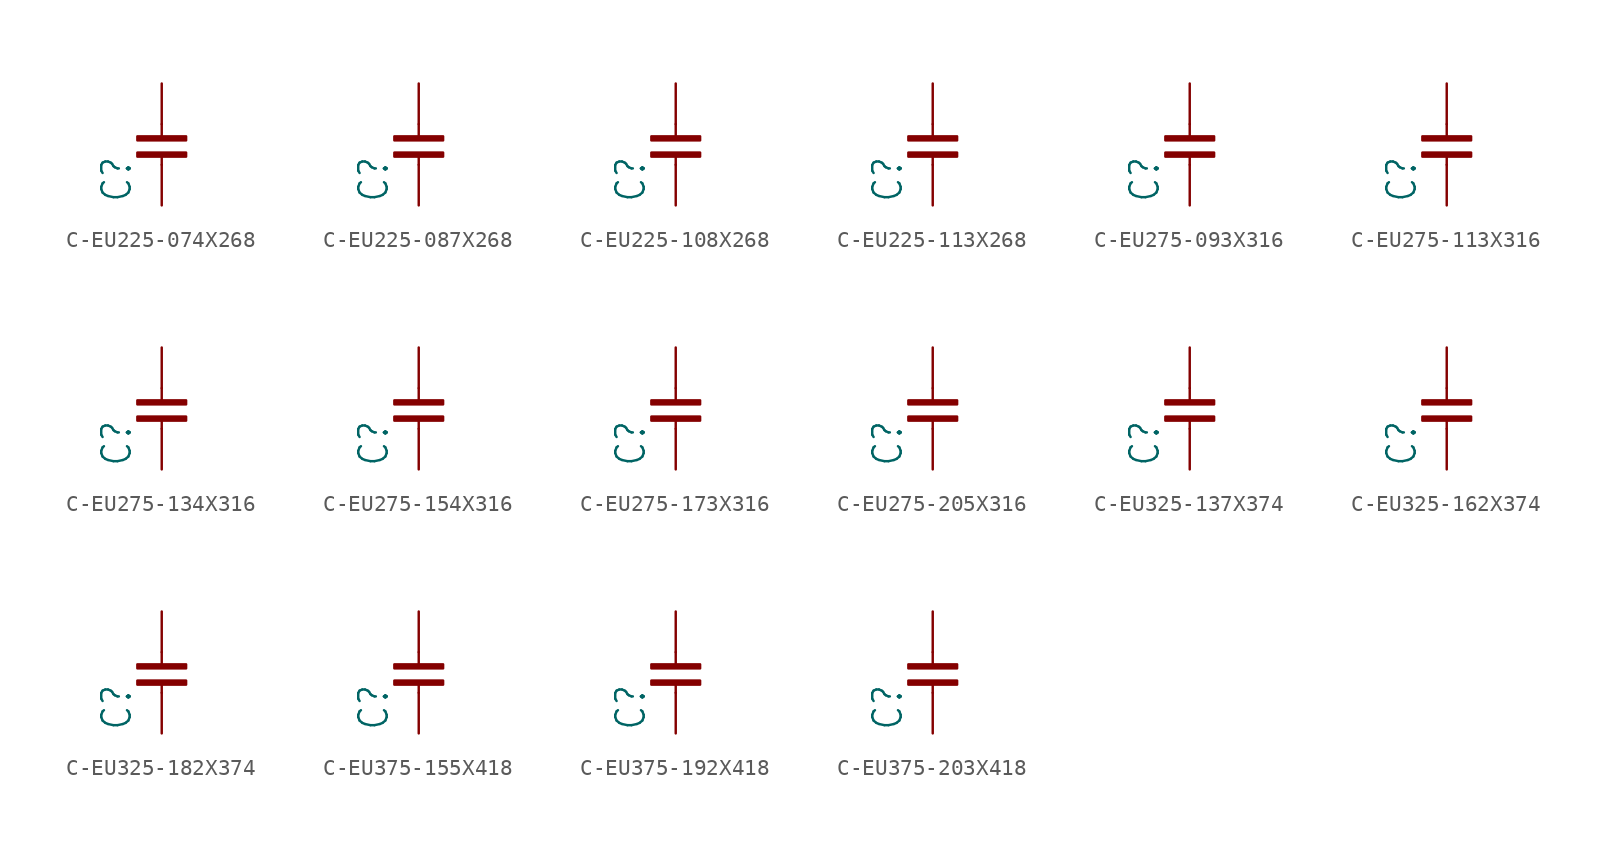
<source format=kicad_sym>
(kicad_symbol_lib
  (version 20220914)
  (generator kicad_symbol_editor)
  (symbol "C-EU225-074X268"
    (property "Reference" "C"
      (at -1.778 -4.953 90)
      (effects (font (size 1.778 1.511)) (justify left bottom)))
    (property "Value" ""
      (at 3.81 -5.207 90)
      (effects (font (size 1.778 1.511)) (justify left bottom)))
    (property "ki_locked" ""
      (at 0 0 0)
      (effects (font (size 1.27 1.27))))
    (symbol "C-EU225-074X268_1_0"
      (rectangle (start -1.524 -2.032) (end 1.524 -1.778) (stroke (width 0) (type default)) (fill (type outline)))
      (rectangle (start -1.524 -1.016) (end 1.524 -0.762) (stroke (width 0) (type default)) (fill (type outline)))
      (polyline (pts (xy 0 -2.54) (xy 0 -2.032)) (stroke (width 0.152) (type solid)) (fill (type none)))
      (polyline (pts (xy 0 0) (xy 0 -0.762)) (stroke (width 0.152) (type solid)) (fill (type none)))
      (pin passive line (at 0 2.54 270) (length 2.54) (name "1" (effects (font (size 0 0)))) (number "1" (effects (font (size 0 0)))))
      (pin passive line (at 0 -5.08 90) (length 2.54) (name "2" (effects (font (size 0 0)))) (number "2" (effects (font (size 0 0)))))))
  (symbol "C-EU225-087X268"
    (property "Reference" "C"
      (at -1.778 -4.953 90)
      (effects (font (size 1.778 1.511)) (justify left bottom)))
    (property "Value" ""
      (at 3.81 -5.207 90)
      (effects (font (size 1.778 1.511)) (justify left bottom)))
    (property "ki_locked" ""
      (at 0 0 0)
      (effects (font (size 1.27 1.27))))
    (symbol "C-EU225-087X268_1_0"
      (rectangle (start -1.524 -2.032) (end 1.524 -1.778) (stroke (width 0) (type default)) (fill (type outline)))
      (rectangle (start -1.524 -1.016) (end 1.524 -0.762) (stroke (width 0) (type default)) (fill (type outline)))
      (polyline (pts (xy 0 -2.54) (xy 0 -2.032)) (stroke (width 0.152) (type solid)) (fill (type none)))
      (polyline (pts (xy 0 0) (xy 0 -0.762)) (stroke (width 0.152) (type solid)) (fill (type none)))
      (pin passive line (at 0 2.54 270) (length 2.54) (name "1" (effects (font (size 0 0)))) (number "1" (effects (font (size 0 0)))))
      (pin passive line (at 0 -5.08 90) (length 2.54) (name "2" (effects (font (size 0 0)))) (number "2" (effects (font (size 0 0)))))))
  (symbol "C-EU225-108X268"
    (property "Reference" "C"
      (at -1.778 -4.953 90)
      (effects (font (size 1.778 1.511)) (justify left bottom)))
    (property "Value" ""
      (at 3.81 -5.207 90)
      (effects (font (size 1.778 1.511)) (justify left bottom)))
    (property "ki_locked" ""
      (at 0 0 0)
      (effects (font (size 1.27 1.27))))
    (symbol "C-EU225-108X268_1_0"
      (rectangle (start -1.524 -2.032) (end 1.524 -1.778) (stroke (width 0) (type default)) (fill (type outline)))
      (rectangle (start -1.524 -1.016) (end 1.524 -0.762) (stroke (width 0) (type default)) (fill (type outline)))
      (polyline (pts (xy 0 -2.54) (xy 0 -2.032)) (stroke (width 0.152) (type solid)) (fill (type none)))
      (polyline (pts (xy 0 0) (xy 0 -0.762)) (stroke (width 0.152) (type solid)) (fill (type none)))
      (pin passive line (at 0 2.54 270) (length 2.54) (name "1" (effects (font (size 0 0)))) (number "1" (effects (font (size 0 0)))))
      (pin passive line (at 0 -5.08 90) (length 2.54) (name "2" (effects (font (size 0 0)))) (number "2" (effects (font (size 0 0)))))))
  (symbol "C-EU225-113X268"
    (property "Reference" "C"
      (at -1.778 -4.953 90)
      (effects (font (size 1.778 1.511)) (justify left bottom)))
    (property "Value" ""
      (at 3.81 -5.207 90)
      (effects (font (size 1.778 1.511)) (justify left bottom)))
    (property "ki_locked" ""
      (at 0 0 0)
      (effects (font (size 1.27 1.27))))
    (symbol "C-EU225-113X268_1_0"
      (rectangle (start -1.524 -2.032) (end 1.524 -1.778) (stroke (width 0) (type default)) (fill (type outline)))
      (rectangle (start -1.524 -1.016) (end 1.524 -0.762) (stroke (width 0) (type default)) (fill (type outline)))
      (polyline (pts (xy 0 -2.54) (xy 0 -2.032)) (stroke (width 0.152) (type solid)) (fill (type none)))
      (polyline (pts (xy 0 0) (xy 0 -0.762)) (stroke (width 0.152) (type solid)) (fill (type none)))
      (pin passive line (at 0 2.54 270) (length 2.54) (name "1" (effects (font (size 0 0)))) (number "1" (effects (font (size 0 0)))))
      (pin passive line (at 0 -5.08 90) (length 2.54) (name "2" (effects (font (size 0 0)))) (number "2" (effects (font (size 0 0)))))))
  (symbol "C-EU275-093X316"
    (property "Reference" "C"
      (at -1.778 -4.953 90)
      (effects (font (size 1.778 1.511)) (justify left bottom)))
    (property "Value" ""
      (at 3.81 -5.207 90)
      (effects (font (size 1.778 1.511)) (justify left bottom)))
    (property "ki_locked" ""
      (at 0 0 0)
      (effects (font (size 1.27 1.27))))
    (symbol "C-EU275-093X316_1_0"
      (rectangle (start -1.524 -2.032) (end 1.524 -1.778) (stroke (width 0) (type default)) (fill (type outline)))
      (rectangle (start -1.524 -1.016) (end 1.524 -0.762) (stroke (width 0) (type default)) (fill (type outline)))
      (polyline (pts (xy 0 -2.54) (xy 0 -2.032)) (stroke (width 0.152) (type solid)) (fill (type none)))
      (polyline (pts (xy 0 0) (xy 0 -0.762)) (stroke (width 0.152) (type solid)) (fill (type none)))
      (pin passive line (at 0 2.54 270) (length 2.54) (name "1" (effects (font (size 0 0)))) (number "1" (effects (font (size 0 0)))))
      (pin passive line (at 0 -5.08 90) (length 2.54) (name "2" (effects (font (size 0 0)))) (number "2" (effects (font (size 0 0)))))))
  (symbol "C-EU275-113X316"
    (property "Reference" "C"
      (at -1.778 -4.953 90)
      (effects (font (size 1.778 1.511)) (justify left bottom)))
    (property "Value" ""
      (at 3.81 -5.207 90)
      (effects (font (size 1.778 1.511)) (justify left bottom)))
    (property "ki_locked" ""
      (at 0 0 0)
      (effects (font (size 1.27 1.27))))
    (symbol "C-EU275-113X316_1_0"
      (rectangle (start -1.524 -2.032) (end 1.524 -1.778) (stroke (width 0) (type default)) (fill (type outline)))
      (rectangle (start -1.524 -1.016) (end 1.524 -0.762) (stroke (width 0) (type default)) (fill (type outline)))
      (polyline (pts (xy 0 -2.54) (xy 0 -2.032)) (stroke (width 0.152) (type solid)) (fill (type none)))
      (polyline (pts (xy 0 0) (xy 0 -0.762)) (stroke (width 0.152) (type solid)) (fill (type none)))
      (pin passive line (at 0 2.54 270) (length 2.54) (name "1" (effects (font (size 0 0)))) (number "1" (effects (font (size 0 0)))))
      (pin passive line (at 0 -5.08 90) (length 2.54) (name "2" (effects (font (size 0 0)))) (number "2" (effects (font (size 0 0)))))))
  (symbol "C-EU275-134X316"
    (property "Reference" "C"
      (at -1.778 -4.953 90)
      (effects (font (size 1.778 1.511)) (justify left bottom)))
    (property "Value" ""
      (at 3.81 -5.207 90)
      (effects (font (size 1.778 1.511)) (justify left bottom)))
    (property "ki_locked" ""
      (at 0 0 0)
      (effects (font (size 1.27 1.27))))
    (symbol "C-EU275-134X316_1_0"
      (rectangle (start -1.524 -2.032) (end 1.524 -1.778) (stroke (width 0) (type default)) (fill (type outline)))
      (rectangle (start -1.524 -1.016) (end 1.524 -0.762) (stroke (width 0) (type default)) (fill (type outline)))
      (polyline (pts (xy 0 -2.54) (xy 0 -2.032)) (stroke (width 0.152) (type solid)) (fill (type none)))
      (polyline (pts (xy 0 0) (xy 0 -0.762)) (stroke (width 0.152) (type solid)) (fill (type none)))
      (pin passive line (at 0 2.54 270) (length 2.54) (name "1" (effects (font (size 0 0)))) (number "1" (effects (font (size 0 0)))))
      (pin passive line (at 0 -5.08 90) (length 2.54) (name "2" (effects (font (size 0 0)))) (number "2" (effects (font (size 0 0)))))))
  (symbol "C-EU275-154X316"
    (property "Reference" "C"
      (at -1.778 -4.953 90)
      (effects (font (size 1.778 1.511)) (justify left bottom)))
    (property "Value" ""
      (at 3.81 -5.207 90)
      (effects (font (size 1.778 1.511)) (justify left bottom)))
    (property "ki_locked" ""
      (at 0 0 0)
      (effects (font (size 1.27 1.27))))
    (symbol "C-EU275-154X316_1_0"
      (rectangle (start -1.524 -2.032) (end 1.524 -1.778) (stroke (width 0) (type default)) (fill (type outline)))
      (rectangle (start -1.524 -1.016) (end 1.524 -0.762) (stroke (width 0) (type default)) (fill (type outline)))
      (polyline (pts (xy 0 -2.54) (xy 0 -2.032)) (stroke (width 0.152) (type solid)) (fill (type none)))
      (polyline (pts (xy 0 0) (xy 0 -0.762)) (stroke (width 0.152) (type solid)) (fill (type none)))
      (pin passive line (at 0 2.54 270) (length 2.54) (name "1" (effects (font (size 0 0)))) (number "1" (effects (font (size 0 0)))))
      (pin passive line (at 0 -5.08 90) (length 2.54) (name "2" (effects (font (size 0 0)))) (number "2" (effects (font (size 0 0)))))))
  (symbol "C-EU275-173X316"
    (property "Reference" "C"
      (at -1.778 -4.953 90)
      (effects (font (size 1.778 1.511)) (justify left bottom)))
    (property "Value" ""
      (at 3.81 -5.207 90)
      (effects (font (size 1.778 1.511)) (justify left bottom)))
    (property "ki_locked" ""
      (at 0 0 0)
      (effects (font (size 1.27 1.27))))
    (symbol "C-EU275-173X316_1_0"
      (rectangle (start -1.524 -2.032) (end 1.524 -1.778) (stroke (width 0) (type default)) (fill (type outline)))
      (rectangle (start -1.524 -1.016) (end 1.524 -0.762) (stroke (width 0) (type default)) (fill (type outline)))
      (polyline (pts (xy 0 -2.54) (xy 0 -2.032)) (stroke (width 0.152) (type solid)) (fill (type none)))
      (polyline (pts (xy 0 0) (xy 0 -0.762)) (stroke (width 0.152) (type solid)) (fill (type none)))
      (pin passive line (at 0 2.54 270) (length 2.54) (name "1" (effects (font (size 0 0)))) (number "1" (effects (font (size 0 0)))))
      (pin passive line (at 0 -5.08 90) (length 2.54) (name "2" (effects (font (size 0 0)))) (number "2" (effects (font (size 0 0)))))))
  (symbol "C-EU275-205X316"
    (property "Reference" "C"
      (at -1.778 -4.953 90)
      (effects (font (size 1.778 1.511)) (justify left bottom)))
    (property "Value" ""
      (at 3.81 -5.207 90)
      (effects (font (size 1.778 1.511)) (justify left bottom)))
    (property "ki_locked" ""
      (at 0 0 0)
      (effects (font (size 1.27 1.27))))
    (symbol "C-EU275-205X316_1_0"
      (rectangle (start -1.524 -2.032) (end 1.524 -1.778) (stroke (width 0) (type default)) (fill (type outline)))
      (rectangle (start -1.524 -1.016) (end 1.524 -0.762) (stroke (width 0) (type default)) (fill (type outline)))
      (polyline (pts (xy 0 -2.54) (xy 0 -2.032)) (stroke (width 0.152) (type solid)) (fill (type none)))
      (polyline (pts (xy 0 0) (xy 0 -0.762)) (stroke (width 0.152) (type solid)) (fill (type none)))
      (pin passive line (at 0 2.54 270) (length 2.54) (name "1" (effects (font (size 0 0)))) (number "1" (effects (font (size 0 0)))))
      (pin passive line (at 0 -5.08 90) (length 2.54) (name "2" (effects (font (size 0 0)))) (number "2" (effects (font (size 0 0)))))))
  (symbol "C-EU325-137X374"
    (property "Reference" "C"
      (at -1.778 -4.953 90)
      (effects (font (size 1.778 1.511)) (justify left bottom)))
    (property "Value" ""
      (at 3.81 -5.207 90)
      (effects (font (size 1.778 1.511)) (justify left bottom)))
    (property "ki_locked" ""
      (at 0 0 0)
      (effects (font (size 1.27 1.27))))
    (symbol "C-EU325-137X374_1_0"
      (rectangle (start -1.524 -2.032) (end 1.524 -1.778) (stroke (width 0) (type default)) (fill (type outline)))
      (rectangle (start -1.524 -1.016) (end 1.524 -0.762) (stroke (width 0) (type default)) (fill (type outline)))
      (polyline (pts (xy 0 -2.54) (xy 0 -2.032)) (stroke (width 0.152) (type solid)) (fill (type none)))
      (polyline (pts (xy 0 0) (xy 0 -0.762)) (stroke (width 0.152) (type solid)) (fill (type none)))
      (pin passive line (at 0 2.54 270) (length 2.54) (name "1" (effects (font (size 0 0)))) (number "1" (effects (font (size 0 0)))))
      (pin passive line (at 0 -5.08 90) (length 2.54) (name "2" (effects (font (size 0 0)))) (number "2" (effects (font (size 0 0)))))))
  (symbol "C-EU325-162X374"
    (property "Reference" "C"
      (at -1.778 -4.953 90)
      (effects (font (size 1.778 1.511)) (justify left bottom)))
    (property "Value" ""
      (at 3.81 -5.207 90)
      (effects (font (size 1.778 1.511)) (justify left bottom)))
    (property "ki_locked" ""
      (at 0 0 0)
      (effects (font (size 1.27 1.27))))
    (symbol "C-EU325-162X374_1_0"
      (rectangle (start -1.524 -2.032) (end 1.524 -1.778) (stroke (width 0) (type default)) (fill (type outline)))
      (rectangle (start -1.524 -1.016) (end 1.524 -0.762) (stroke (width 0) (type default)) (fill (type outline)))
      (polyline (pts (xy 0 -2.54) (xy 0 -2.032)) (stroke (width 0.152) (type solid)) (fill (type none)))
      (polyline (pts (xy 0 0) (xy 0 -0.762)) (stroke (width 0.152) (type solid)) (fill (type none)))
      (pin passive line (at 0 2.54 270) (length 2.54) (name "1" (effects (font (size 0 0)))) (number "1" (effects (font (size 0 0)))))
      (pin passive line (at 0 -5.08 90) (length 2.54) (name "2" (effects (font (size 0 0)))) (number "2" (effects (font (size 0 0)))))))
  (symbol "C-EU325-182X374"
    (property "Reference" "C"
      (at -1.778 -4.953 90)
      (effects (font (size 1.778 1.511)) (justify left bottom)))
    (property "Value" ""
      (at 3.81 -5.207 90)
      (effects (font (size 1.778 1.511)) (justify left bottom)))
    (property "ki_locked" ""
      (at 0 0 0)
      (effects (font (size 1.27 1.27))))
    (symbol "C-EU325-182X374_1_0"
      (rectangle (start -1.524 -2.032) (end 1.524 -1.778) (stroke (width 0) (type default)) (fill (type outline)))
      (rectangle (start -1.524 -1.016) (end 1.524 -0.762) (stroke (width 0) (type default)) (fill (type outline)))
      (polyline (pts (xy 0 -2.54) (xy 0 -2.032)) (stroke (width 0.152) (type solid)) (fill (type none)))
      (polyline (pts (xy 0 0) (xy 0 -0.762)) (stroke (width 0.152) (type solid)) (fill (type none)))
      (pin passive line (at 0 2.54 270) (length 2.54) (name "1" (effects (font (size 0 0)))) (number "1" (effects (font (size 0 0)))))
      (pin passive line (at 0 -5.08 90) (length 2.54) (name "2" (effects (font (size 0 0)))) (number "2" (effects (font (size 0 0)))))))
  (symbol "C-EU375-155X418"
    (property "Reference" "C"
      (at -1.778 -4.953 90)
      (effects (font (size 1.778 1.511)) (justify left bottom)))
    (property "Value" ""
      (at 3.81 -5.207 90)
      (effects (font (size 1.778 1.511)) (justify left bottom)))
    (property "ki_locked" ""
      (at 0 0 0)
      (effects (font (size 1.27 1.27))))
    (symbol "C-EU375-155X418_1_0"
      (rectangle (start -1.524 -2.032) (end 1.524 -1.778) (stroke (width 0) (type default)) (fill (type outline)))
      (rectangle (start -1.524 -1.016) (end 1.524 -0.762) (stroke (width 0) (type default)) (fill (type outline)))
      (polyline (pts (xy 0 -2.54) (xy 0 -2.032)) (stroke (width 0.152) (type solid)) (fill (type none)))
      (polyline (pts (xy 0 0) (xy 0 -0.762)) (stroke (width 0.152) (type solid)) (fill (type none)))
      (pin passive line (at 0 2.54 270) (length 2.54) (name "1" (effects (font (size 0 0)))) (number "1" (effects (font (size 0 0)))))
      (pin passive line (at 0 -5.08 90) (length 2.54) (name "2" (effects (font (size 0 0)))) (number "2" (effects (font (size 0 0)))))))
  (symbol "C-EU375-192X418"
    (property "Reference" "C"
      (at -1.778 -4.953 90)
      (effects (font (size 1.778 1.511)) (justify left bottom)))
    (property "Value" ""
      (at 3.81 -5.207 90)
      (effects (font (size 1.778 1.511)) (justify left bottom)))
    (property "ki_locked" ""
      (at 0 0 0)
      (effects (font (size 1.27 1.27))))
    (symbol "C-EU375-192X418_1_0"
      (rectangle (start -1.524 -2.032) (end 1.524 -1.778) (stroke (width 0) (type default)) (fill (type outline)))
      (rectangle (start -1.524 -1.016) (end 1.524 -0.762) (stroke (width 0) (type default)) (fill (type outline)))
      (polyline (pts (xy 0 -2.54) (xy 0 -2.032)) (stroke (width 0.152) (type solid)) (fill (type none)))
      (polyline (pts (xy 0 0) (xy 0 -0.762)) (stroke (width 0.152) (type solid)) (fill (type none)))
      (pin passive line (at 0 2.54 270) (length 2.54) (name "1" (effects (font (size 0 0)))) (number "1" (effects (font (size 0 0)))))
      (pin passive line (at 0 -5.08 90) (length 2.54) (name "2" (effects (font (size 0 0)))) (number "2" (effects (font (size 0 0)))))))
  (symbol "C-EU375-203X418"
    (property "Reference" "C"
      (at -1.778 -4.953 90)
      (effects (font (size 1.778 1.511)) (justify left bottom)))
    (property "Value" ""
      (at 3.81 -5.207 90)
      (effects (font (size 1.778 1.511)) (justify left bottom)))
    (property "ki_locked" ""
      (at 0 0 0)
      (effects (font (size 1.27 1.27))))
    (symbol "C-EU375-203X418_1_0"
      (rectangle (start -1.524 -2.032) (end 1.524 -1.778) (stroke (width 0) (type default)) (fill (type outline)))
      (rectangle (start -1.524 -1.016) (end 1.524 -0.762) (stroke (width 0) (type default)) (fill (type outline)))
      (polyline (pts (xy 0 -2.54) (xy 0 -2.032)) (stroke (width 0.152) (type solid)) (fill (type none)))
      (polyline (pts (xy 0 0) (xy 0 -0.762)) (stroke (width 0.152) (type solid)) (fill (type none)))
      (pin passive line (at 0 2.54 270) (length 2.54) (name "1" (effects (font (size 0 0)))) (number "1" (effects (font (size 0 0)))))
      (pin passive line (at 0 -5.08 90) (length 2.54) (name "2" (effects (font (size 0 0)))) (number "2" (effects (font (size 0 0))))))))
</source>
